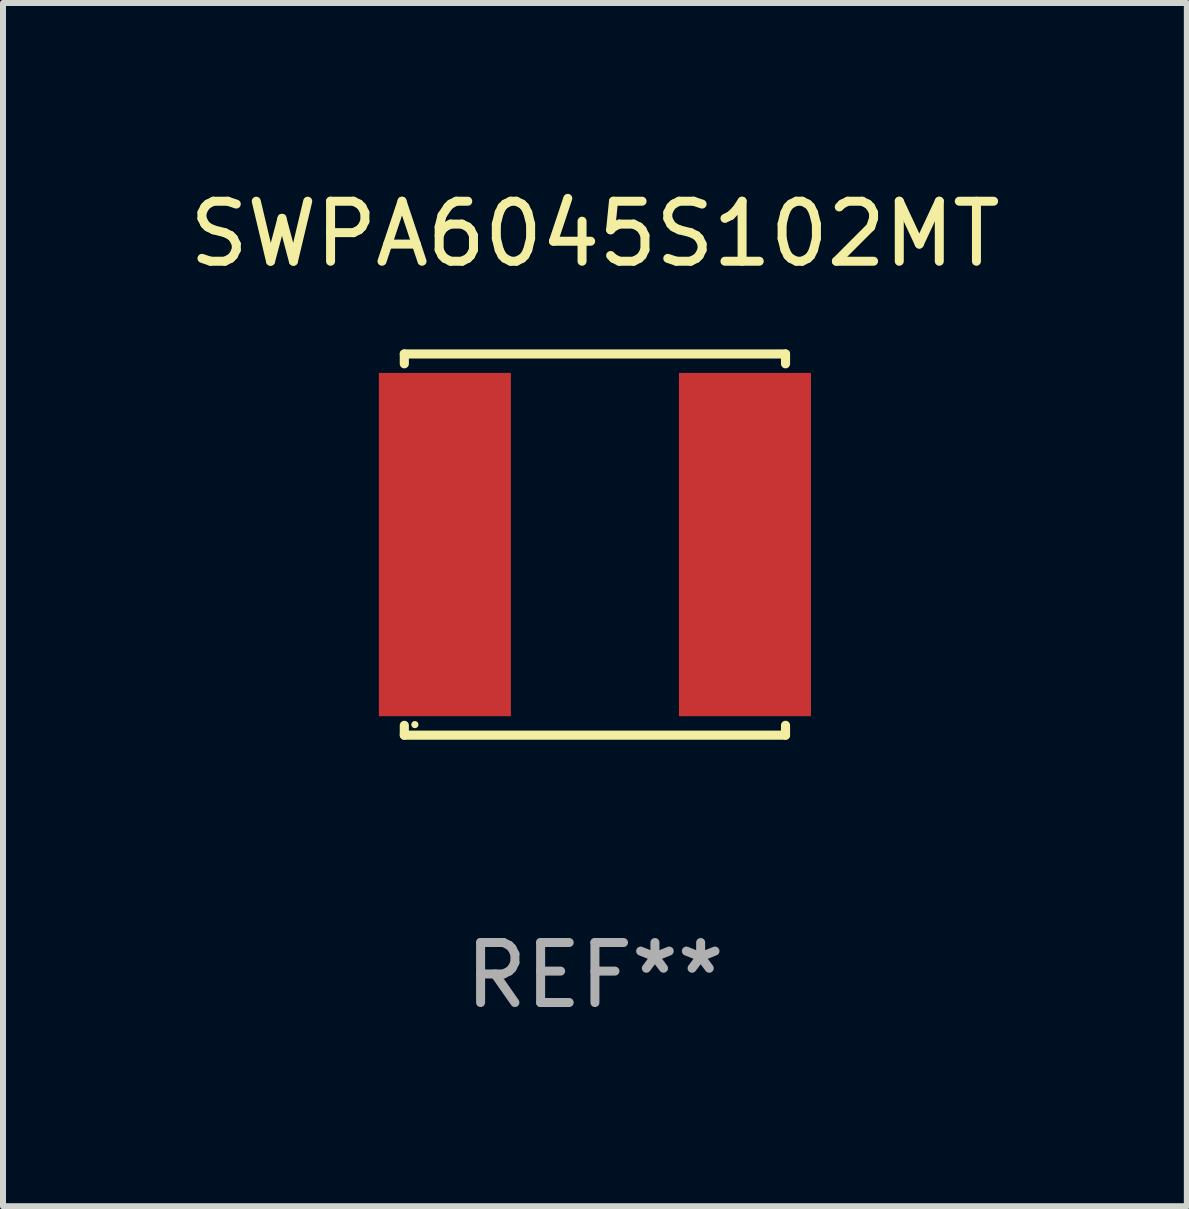
<source format=kicad_pcb>
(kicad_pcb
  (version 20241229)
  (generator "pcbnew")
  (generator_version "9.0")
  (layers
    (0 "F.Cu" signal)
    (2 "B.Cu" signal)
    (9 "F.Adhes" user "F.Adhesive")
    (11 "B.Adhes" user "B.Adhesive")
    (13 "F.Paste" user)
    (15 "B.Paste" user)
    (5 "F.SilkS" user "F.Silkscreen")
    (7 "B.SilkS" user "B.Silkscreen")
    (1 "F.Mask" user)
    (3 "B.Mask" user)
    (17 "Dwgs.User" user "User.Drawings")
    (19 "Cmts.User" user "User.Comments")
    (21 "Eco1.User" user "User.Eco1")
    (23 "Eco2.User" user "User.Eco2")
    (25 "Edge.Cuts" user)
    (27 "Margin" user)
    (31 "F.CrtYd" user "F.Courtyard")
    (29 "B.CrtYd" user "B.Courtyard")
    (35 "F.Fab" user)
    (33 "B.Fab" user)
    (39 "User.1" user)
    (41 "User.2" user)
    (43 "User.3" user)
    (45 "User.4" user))
  (footprint "SWPA6045S102MT"
    (layer "F.Cu")
    (at 6.863 6.024)
    (property "Reference" "SWPA6045S102MT" (at 0 -5.176 0) (layer "F.SilkS") (effects (font (size 1 1) (thickness 0.15))))
    (attr through_hole)
    (fp_line (start -3.176 -3.176) (end 3.176 -3.176) (stroke (width 0.152) (type solid)) (layer "F.SilkS"))
    (fp_line (start -3.176 -3.012) (end -3.176 -3.176) (stroke (width 0.152) (type solid)) (layer "F.SilkS"))
    (fp_line (start -3.176 3.012) (end -3.176 3.176) (stroke (width 0.152) (type solid)) (layer "F.SilkS"))
    (fp_line (start -3.176 3.176) (end 3.176 3.176) (stroke (width 0.152) (type solid)) (layer "F.SilkS"))
    (fp_line (start 3.176 -3.176) (end 3.176 -3.012) (stroke (width 0.152) (type solid)) (layer "F.SilkS"))
    (fp_line (start 3.176 3.176) (end 3.176 3.012) (stroke (width 0.152) (type solid)) (layer "F.SilkS"))
    (fp_circle (center -3 3) (end -2.97 3) (stroke (width 0.06) (type solid)) (fill no) (layer "F.SilkS"))
    (fp_text user "REF**" (at 0 7.176 0) (layer "F.Fab") (effects (font (size 1 1) (thickness 0.15))))
    (pad "1" smd rect (at -2.5 0) (size 2.2 5.72) (layers "F.Cu" "F.Mask" "F.Paste"))
    (pad "2" smd rect (at 2.5 0) (size 2.2 5.72) (layers "F.Cu" "F.Mask" "F.Paste")))
  (gr_rect
    (start -3 -3)
    (end 16.726 17.049)
    (stroke (width 0.1) (type default))
    (fill no)
    (layer "Edge.Cuts")))
</source>
